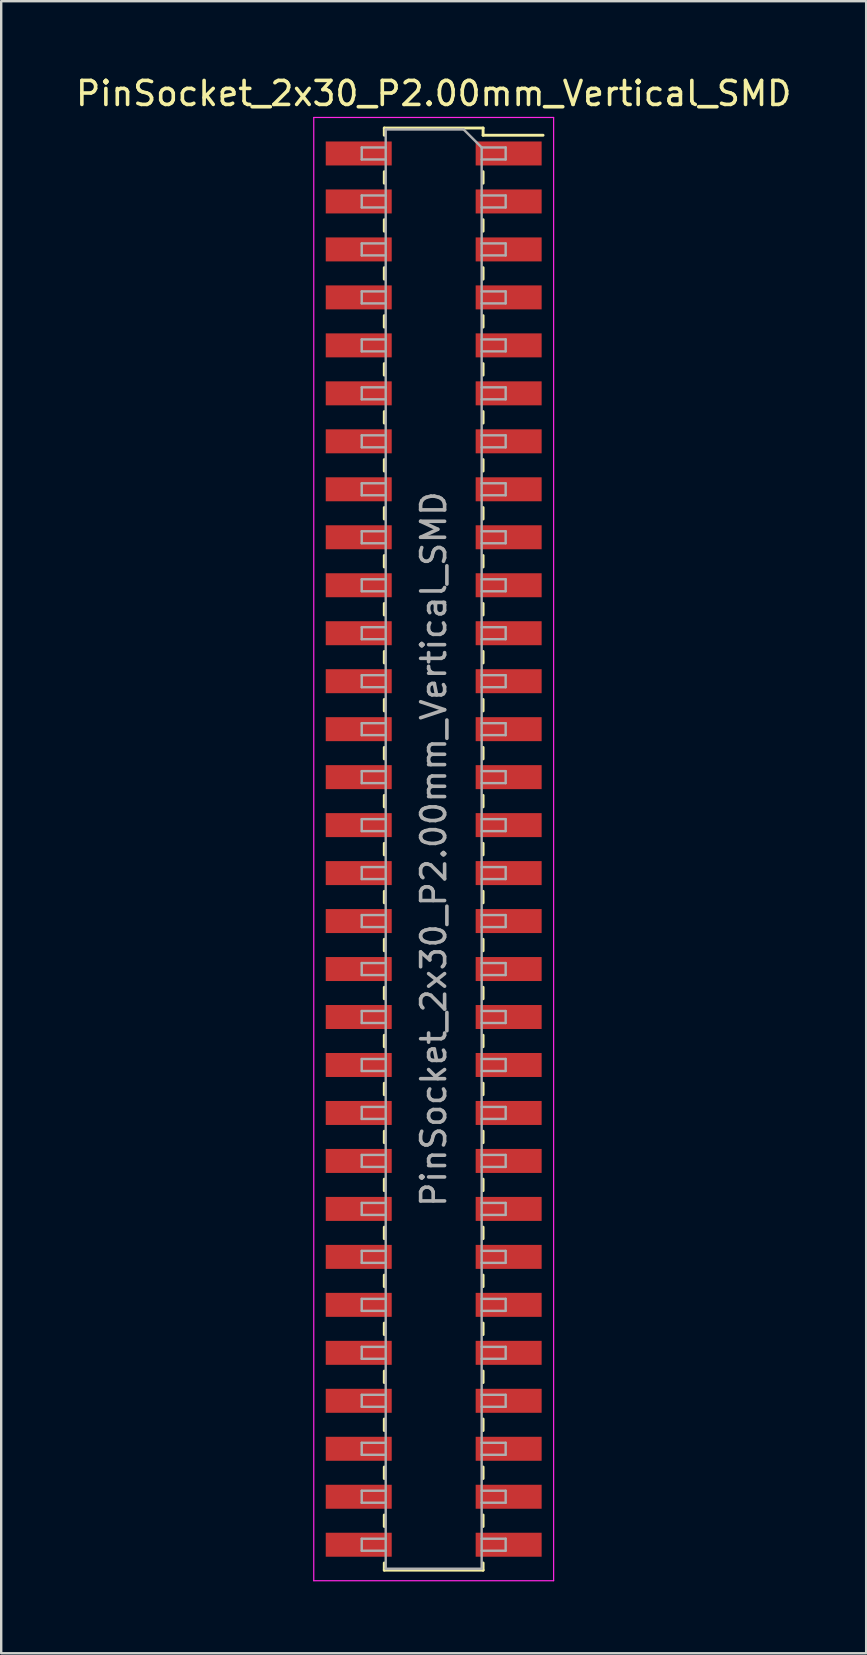
<source format=kicad_pcb>
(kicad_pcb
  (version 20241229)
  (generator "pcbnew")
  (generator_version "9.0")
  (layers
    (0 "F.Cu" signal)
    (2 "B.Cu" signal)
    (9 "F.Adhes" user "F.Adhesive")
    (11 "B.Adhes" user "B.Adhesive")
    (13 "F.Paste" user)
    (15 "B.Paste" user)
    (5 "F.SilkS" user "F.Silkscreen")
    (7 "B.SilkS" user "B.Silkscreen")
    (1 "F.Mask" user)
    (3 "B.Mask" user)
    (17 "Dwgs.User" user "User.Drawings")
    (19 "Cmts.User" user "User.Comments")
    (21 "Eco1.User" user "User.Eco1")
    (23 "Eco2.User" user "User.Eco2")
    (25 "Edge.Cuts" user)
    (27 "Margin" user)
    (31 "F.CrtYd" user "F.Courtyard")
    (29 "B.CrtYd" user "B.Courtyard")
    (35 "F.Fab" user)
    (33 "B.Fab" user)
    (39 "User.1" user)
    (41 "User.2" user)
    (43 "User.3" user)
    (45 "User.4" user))
  (footprint "PinSocket_2x30_P2.00mm_Vertical_SMD"
    (layer "F.Cu")
    (at 15.03 32.348)
    (property "Reference" "PinSocket_2x30_P2.00mm_Vertical_SMD" (at 0 -31.5 0) (layer "F.SilkS") (effects (font (size 1 1) (thickness 0.15))))
    (attr smd)
    (fp_line (start -2.06 -30.06) (end 2.06 -30.06) (stroke (width 0.12) (type solid)) (layer "F.SilkS"))
    (fp_line (start -2.06 -29.76) (end -2.06 -30.06) (stroke (width 0.12) (type solid)) (layer "F.SilkS"))
    (fp_line (start -2.06 -28.24) (end -2.06 -27.76) (stroke (width 0.12) (type solid)) (layer "F.SilkS"))
    (fp_line (start -2.06 -26.24) (end -2.06 -25.76) (stroke (width 0.12) (type solid)) (layer "F.SilkS"))
    (fp_line (start -2.06 -24.24) (end -2.06 -23.76) (stroke (width 0.12) (type solid)) (layer "F.SilkS"))
    (fp_line (start -2.06 -22.24) (end -2.06 -21.76) (stroke (width 0.12) (type solid)) (layer "F.SilkS"))
    (fp_line (start -2.06 -20.24) (end -2.06 -19.76) (stroke (width 0.12) (type solid)) (layer "F.SilkS"))
    (fp_line (start -2.06 -18.24) (end -2.06 -17.76) (stroke (width 0.12) (type solid)) (layer "F.SilkS"))
    (fp_line (start -2.06 -16.24) (end -2.06 -15.76) (stroke (width 0.12) (type solid)) (layer "F.SilkS"))
    (fp_line (start -2.06 -14.24) (end -2.06 -13.76) (stroke (width 0.12) (type solid)) (layer "F.SilkS"))
    (fp_line (start -2.06 -12.24) (end -2.06 -11.76) (stroke (width 0.12) (type solid)) (layer "F.SilkS"))
    (fp_line (start -2.06 -10.24) (end -2.06 -9.76) (stroke (width 0.12) (type solid)) (layer "F.SilkS"))
    (fp_line (start -2.06 -8.24) (end -2.06 -7.76) (stroke (width 0.12) (type solid)) (layer "F.SilkS"))
    (fp_line (start -2.06 -6.24) (end -2.06 -5.76) (stroke (width 0.12) (type solid)) (layer "F.SilkS"))
    (fp_line (start -2.06 -4.24) (end -2.06 -3.76) (stroke (width 0.12) (type solid)) (layer "F.SilkS"))
    (fp_line (start -2.06 -2.24) (end -2.06 -1.76) (stroke (width 0.12) (type solid)) (layer "F.SilkS"))
    (fp_line (start -2.06 -0.24) (end -2.06 0.24) (stroke (width 0.12) (type solid)) (layer "F.SilkS"))
    (fp_line (start -2.06 1.76) (end -2.06 2.24) (stroke (width 0.12) (type solid)) (layer "F.SilkS"))
    (fp_line (start -2.06 3.76) (end -2.06 4.24) (stroke (width 0.12) (type solid)) (layer "F.SilkS"))
    (fp_line (start -2.06 5.76) (end -2.06 6.24) (stroke (width 0.12) (type solid)) (layer "F.SilkS"))
    (fp_line (start -2.06 7.76) (end -2.06 8.24) (stroke (width 0.12) (type solid)) (layer "F.SilkS"))
    (fp_line (start -2.06 9.76) (end -2.06 10.24) (stroke (width 0.12) (type solid)) (layer "F.SilkS"))
    (fp_line (start -2.06 11.76) (end -2.06 12.24) (stroke (width 0.12) (type solid)) (layer "F.SilkS"))
    (fp_line (start -2.06 13.76) (end -2.06 14.24) (stroke (width 0.12) (type solid)) (layer "F.SilkS"))
    (fp_line (start -2.06 15.76) (end -2.06 16.24) (stroke (width 0.12) (type solid)) (layer "F.SilkS"))
    (fp_line (start -2.06 17.76) (end -2.06 18.24) (stroke (width 0.12) (type solid)) (layer "F.SilkS"))
    (fp_line (start -2.06 19.76) (end -2.06 20.24) (stroke (width 0.12) (type solid)) (layer "F.SilkS"))
    (fp_line (start -2.06 21.76) (end -2.06 22.24) (stroke (width 0.12) (type solid)) (layer "F.SilkS"))
    (fp_line (start -2.06 23.76) (end -2.06 24.24) (stroke (width 0.12) (type solid)) (layer "F.SilkS"))
    (fp_line (start -2.06 25.76) (end -2.06 26.24) (stroke (width 0.12) (type solid)) (layer "F.SilkS"))
    (fp_line (start -2.06 27.76) (end -2.06 28.24) (stroke (width 0.12) (type solid)) (layer "F.SilkS"))
    (fp_line (start -2.06 30.06) (end -2.06 29.76) (stroke (width 0.12) (type solid)) (layer "F.SilkS"))
    (fp_line (start 2.06 -30.06) (end 2.06 -29.76) (stroke (width 0.12) (type solid)) (layer "F.SilkS"))
    (fp_line (start 2.06 -29.76) (end 4.56 -29.76) (stroke (width 0.12) (type solid)) (layer "F.SilkS"))
    (fp_line (start 2.06 -27.76) (end 2.06 -28.24) (stroke (width 0.12) (type solid)) (layer "F.SilkS"))
    (fp_line (start 2.06 -25.76) (end 2.06 -26.24) (stroke (width 0.12) (type solid)) (layer "F.SilkS"))
    (fp_line (start 2.06 -23.76) (end 2.06 -24.24) (stroke (width 0.12) (type solid)) (layer "F.SilkS"))
    (fp_line (start 2.06 -21.76) (end 2.06 -22.24) (stroke (width 0.12) (type solid)) (layer "F.SilkS"))
    (fp_line (start 2.06 -19.76) (end 2.06 -20.24) (stroke (width 0.12) (type solid)) (layer "F.SilkS"))
    (fp_line (start 2.06 -17.76) (end 2.06 -18.24) (stroke (width 0.12) (type solid)) (layer "F.SilkS"))
    (fp_line (start 2.06 -15.76) (end 2.06 -16.24) (stroke (width 0.12) (type solid)) (layer "F.SilkS"))
    (fp_line (start 2.06 -13.76) (end 2.06 -14.24) (stroke (width 0.12) (type solid)) (layer "F.SilkS"))
    (fp_line (start 2.06 -11.76) (end 2.06 -12.24) (stroke (width 0.12) (type solid)) (layer "F.SilkS"))
    (fp_line (start 2.06 -9.76) (end 2.06 -10.24) (stroke (width 0.12) (type solid)) (layer "F.SilkS"))
    (fp_line (start 2.06 -7.76) (end 2.06 -8.24) (stroke (width 0.12) (type solid)) (layer "F.SilkS"))
    (fp_line (start 2.06 -5.76) (end 2.06 -6.24) (stroke (width 0.12) (type solid)) (layer "F.SilkS"))
    (fp_line (start 2.06 -3.76) (end 2.06 -4.24) (stroke (width 0.12) (type solid)) (layer "F.SilkS"))
    (fp_line (start 2.06 -1.76) (end 2.06 -2.24) (stroke (width 0.12) (type solid)) (layer "F.SilkS"))
    (fp_line (start 2.06 0.24) (end 2.06 -0.24) (stroke (width 0.12) (type solid)) (layer "F.SilkS"))
    (fp_line (start 2.06 2.24) (end 2.06 1.76) (stroke (width 0.12) (type solid)) (layer "F.SilkS"))
    (fp_line (start 2.06 4.24) (end 2.06 3.76) (stroke (width 0.12) (type solid)) (layer "F.SilkS"))
    (fp_line (start 2.06 6.24) (end 2.06 5.76) (stroke (width 0.12) (type solid)) (layer "F.SilkS"))
    (fp_line (start 2.06 8.24) (end 2.06 7.76) (stroke (width 0.12) (type solid)) (layer "F.SilkS"))
    (fp_line (start 2.06 10.24) (end 2.06 9.76) (stroke (width 0.12) (type solid)) (layer "F.SilkS"))
    (fp_line (start 2.06 12.24) (end 2.06 11.76) (stroke (width 0.12) (type solid)) (layer "F.SilkS"))
    (fp_line (start 2.06 14.24) (end 2.06 13.76) (stroke (width 0.12) (type solid)) (layer "F.SilkS"))
    (fp_line (start 2.06 16.24) (end 2.06 15.76) (stroke (width 0.12) (type solid)) (layer "F.SilkS"))
    (fp_line (start 2.06 18.24) (end 2.06 17.76) (stroke (width 0.12) (type solid)) (layer "F.SilkS"))
    (fp_line (start 2.06 20.24) (end 2.06 19.76) (stroke (width 0.12) (type solid)) (layer "F.SilkS"))
    (fp_line (start 2.06 22.24) (end 2.06 21.76) (stroke (width 0.12) (type solid)) (layer "F.SilkS"))
    (fp_line (start 2.06 24.24) (end 2.06 23.76) (stroke (width 0.12) (type solid)) (layer "F.SilkS"))
    (fp_line (start 2.06 26.24) (end 2.06 25.76) (stroke (width 0.12) (type solid)) (layer "F.SilkS"))
    (fp_line (start 2.06 28.24) (end 2.06 27.76) (stroke (width 0.12) (type solid)) (layer "F.SilkS"))
    (fp_line (start 2.06 29.76) (end 2.06 30.06) (stroke (width 0.12) (type solid)) (layer "F.SilkS"))
    (fp_line (start 2.06 30.06) (end -2.06 30.06) (stroke (width 0.12) (type solid)) (layer "F.SilkS"))
    (fp_line (start -5 -30.5) (end 5 -30.5) (stroke (width 0.05) (type solid)) (layer "F.CrtYd"))
    (fp_line (start -5 30.5) (end -5 -30.5) (stroke (width 0.05) (type solid)) (layer "F.CrtYd"))
    (fp_line (start 5 -30.5) (end 5 30.5) (stroke (width 0.05) (type solid)) (layer "F.CrtYd"))
    (fp_line (start 5 30.5) (end -5 30.5) (stroke (width 0.05) (type solid)) (layer "F.CrtYd"))
    (fp_line (start -3 -29.25) (end -2 -29.25) (stroke (width 0.1) (type solid)) (layer "F.Fab"))
    (fp_line (start -3 -28.75) (end -3 -29.25) (stroke (width 0.1) (type solid)) (layer "F.Fab"))
    (fp_line (start -3 -27.25) (end -2 -27.25) (stroke (width 0.1) (type solid)) (layer "F.Fab"))
    (fp_line (start -3 -26.75) (end -3 -27.25) (stroke (width 0.1) (type solid)) (layer "F.Fab"))
    (fp_line (start -3 -25.25) (end -2 -25.25) (stroke (width 0.1) (type solid)) (layer "F.Fab"))
    (fp_line (start -3 -24.75) (end -3 -25.25) (stroke (width 0.1) (type solid)) (layer "F.Fab"))
    (fp_line (start -3 -23.25) (end -2 -23.25) (stroke (width 0.1) (type solid)) (layer "F.Fab"))
    (fp_line (start -3 -22.75) (end -3 -23.25) (stroke (width 0.1) (type solid)) (layer "F.Fab"))
    (fp_line (start -3 -21.25) (end -2 -21.25) (stroke (width 0.1) (type solid)) (layer "F.Fab"))
    (fp_line (start -3 -20.75) (end -3 -21.25) (stroke (width 0.1) (type solid)) (layer "F.Fab"))
    (fp_line (start -3 -19.25) (end -2 -19.25) (stroke (width 0.1) (type solid)) (layer "F.Fab"))
    (fp_line (start -3 -18.75) (end -3 -19.25) (stroke (width 0.1) (type solid)) (layer "F.Fab"))
    (fp_line (start -3 -17.25) (end -2 -17.25) (stroke (width 0.1) (type solid)) (layer "F.Fab"))
    (fp_line (start -3 -16.75) (end -3 -17.25) (stroke (width 0.1) (type solid)) (layer "F.Fab"))
    (fp_line (start -3 -15.25) (end -2 -15.25) (stroke (width 0.1) (type solid)) (layer "F.Fab"))
    (fp_line (start -3 -14.75) (end -3 -15.25) (stroke (width 0.1) (type solid)) (layer "F.Fab"))
    (fp_line (start -3 -13.25) (end -2 -13.25) (stroke (width 0.1) (type solid)) (layer "F.Fab"))
    (fp_line (start -3 -12.75) (end -3 -13.25) (stroke (width 0.1) (type solid)) (layer "F.Fab"))
    (fp_line (start -3 -11.25) (end -2 -11.25) (stroke (width 0.1) (type solid)) (layer "F.Fab"))
    (fp_line (start -3 -10.75) (end -3 -11.25) (stroke (width 0.1) (type solid)) (layer "F.Fab"))
    (fp_line (start -3 -9.25) (end -2 -9.25) (stroke (width 0.1) (type solid)) (layer "F.Fab"))
    (fp_line (start -3 -8.75) (end -3 -9.25) (stroke (width 0.1) (type solid)) (layer "F.Fab"))
    (fp_line (start -3 -7.25) (end -2 -7.25) (stroke (width 0.1) (type solid)) (layer "F.Fab"))
    (fp_line (start -3 -6.75) (end -3 -7.25) (stroke (width 0.1) (type solid)) (layer "F.Fab"))
    (fp_line (start -3 -5.25) (end -2 -5.25) (stroke (width 0.1) (type solid)) (layer "F.Fab"))
    (fp_line (start -3 -4.75) (end -3 -5.25) (stroke (width 0.1) (type solid)) (layer "F.Fab"))
    (fp_line (start -3 -3.25) (end -2 -3.25) (stroke (width 0.1) (type solid)) (layer "F.Fab"))
    (fp_line (start -3 -2.75) (end -3 -3.25) (stroke (width 0.1) (type solid)) (layer "F.Fab"))
    (fp_line (start -3 -1.25) (end -2 -1.25) (stroke (width 0.1) (type solid)) (layer "F.Fab"))
    (fp_line (start -3 -0.75) (end -3 -1.25) (stroke (width 0.1) (type solid)) (layer "F.Fab"))
    (fp_line (start -3 0.75) (end -2 0.75) (stroke (width 0.1) (type solid)) (layer "F.Fab"))
    (fp_line (start -3 1.25) (end -3 0.75) (stroke (width 0.1) (type solid)) (layer "F.Fab"))
    (fp_line (start -3 2.75) (end -2 2.75) (stroke (width 0.1) (type solid)) (layer "F.Fab"))
    (fp_line (start -3 3.25) (end -3 2.75) (stroke (width 0.1) (type solid)) (layer "F.Fab"))
    (fp_line (start -3 4.75) (end -2 4.75) (stroke (width 0.1) (type solid)) (layer "F.Fab"))
    (fp_line (start -3 5.25) (end -3 4.75) (stroke (width 0.1) (type solid)) (layer "F.Fab"))
    (fp_line (start -3 6.75) (end -2 6.75) (stroke (width 0.1) (type solid)) (layer "F.Fab"))
    (fp_line (start -3 7.25) (end -3 6.75) (stroke (width 0.1) (type solid)) (layer "F.Fab"))
    (fp_line (start -3 8.75) (end -2 8.75) (stroke (width 0.1) (type solid)) (layer "F.Fab"))
    (fp_line (start -3 9.25) (end -3 8.75) (stroke (width 0.1) (type solid)) (layer "F.Fab"))
    (fp_line (start -3 10.75) (end -2 10.75) (stroke (width 0.1) (type solid)) (layer "F.Fab"))
    (fp_line (start -3 11.25) (end -3 10.75) (stroke (width 0.1) (type solid)) (layer "F.Fab"))
    (fp_line (start -3 12.75) (end -2 12.75) (stroke (width 0.1) (type solid)) (layer "F.Fab"))
    (fp_line (start -3 13.25) (end -3 12.75) (stroke (width 0.1) (type solid)) (layer "F.Fab"))
    (fp_line (start -3 14.75) (end -2 14.75) (stroke (width 0.1) (type solid)) (layer "F.Fab"))
    (fp_line (start -3 15.25) (end -3 14.75) (stroke (width 0.1) (type solid)) (layer "F.Fab"))
    (fp_line (start -3 16.75) (end -2 16.75) (stroke (width 0.1) (type solid)) (layer "F.Fab"))
    (fp_line (start -3 17.25) (end -3 16.75) (stroke (width 0.1) (type solid)) (layer "F.Fab"))
    (fp_line (start -3 18.75) (end -2 18.75) (stroke (width 0.1) (type solid)) (layer "F.Fab"))
    (fp_line (start -3 19.25) (end -3 18.75) (stroke (width 0.1) (type solid)) (layer "F.Fab"))
    (fp_line (start -3 20.75) (end -2 20.75) (stroke (width 0.1) (type solid)) (layer "F.Fab"))
    (fp_line (start -3 21.25) (end -3 20.75) (stroke (width 0.1) (type solid)) (layer "F.Fab"))
    (fp_line (start -3 22.75) (end -2 22.75) (stroke (width 0.1) (type solid)) (layer "F.Fab"))
    (fp_line (start -3 23.25) (end -3 22.75) (stroke (width 0.1) (type solid)) (layer "F.Fab"))
    (fp_line (start -3 24.75) (end -2 24.75) (stroke (width 0.1) (type solid)) (layer "F.Fab"))
    (fp_line (start -3 25.25) (end -3 24.75) (stroke (width 0.1) (type solid)) (layer "F.Fab"))
    (fp_line (start -3 26.75) (end -2 26.75) (stroke (width 0.1) (type solid)) (layer "F.Fab"))
    (fp_line (start -3 27.25) (end -3 26.75) (stroke (width 0.1) (type solid)) (layer "F.Fab"))
    (fp_line (start -3 28.75) (end -2 28.75) (stroke (width 0.1) (type solid)) (layer "F.Fab"))
    (fp_line (start -3 29.25) (end -3 28.75) (stroke (width 0.1) (type solid)) (layer "F.Fab"))
    (fp_line (start -2 -30) (end 1.25 -30) (stroke (width 0.1) (type solid)) (layer "F.Fab"))
    (fp_line (start -2 -28.75) (end -3 -28.75) (stroke (width 0.1) (type solid)) (layer "F.Fab"))
    (fp_line (start -2 -26.75) (end -3 -26.75) (stroke (width 0.1) (type solid)) (layer "F.Fab"))
    (fp_line (start -2 -24.75) (end -3 -24.75) (stroke (width 0.1) (type solid)) (layer "F.Fab"))
    (fp_line (start -2 -22.75) (end -3 -22.75) (stroke (width 0.1) (type solid)) (layer "F.Fab"))
    (fp_line (start -2 -20.75) (end -3 -20.75) (stroke (width 0.1) (type solid)) (layer "F.Fab"))
    (fp_line (start -2 -18.75) (end -3 -18.75) (stroke (width 0.1) (type solid)) (layer "F.Fab"))
    (fp_line (start -2 -16.75) (end -3 -16.75) (stroke (width 0.1) (type solid)) (layer "F.Fab"))
    (fp_line (start -2 -14.75) (end -3 -14.75) (stroke (width 0.1) (type solid)) (layer "F.Fab"))
    (fp_line (start -2 -12.75) (end -3 -12.75) (stroke (width 0.1) (type solid)) (layer "F.Fab"))
    (fp_line (start -2 -10.75) (end -3 -10.75) (stroke (width 0.1) (type solid)) (layer "F.Fab"))
    (fp_line (start -2 -8.75) (end -3 -8.75) (stroke (width 0.1) (type solid)) (layer "F.Fab"))
    (fp_line (start -2 -6.75) (end -3 -6.75) (stroke (width 0.1) (type solid)) (layer "F.Fab"))
    (fp_line (start -2 -4.75) (end -3 -4.75) (stroke (width 0.1) (type solid)) (layer "F.Fab"))
    (fp_line (start -2 -2.75) (end -3 -2.75) (stroke (width 0.1) (type solid)) (layer "F.Fab"))
    (fp_line (start -2 -0.75) (end -3 -0.75) (stroke (width 0.1) (type solid)) (layer "F.Fab"))
    (fp_line (start -2 1.25) (end -3 1.25) (stroke (width 0.1) (type solid)) (layer "F.Fab"))
    (fp_line (start -2 3.25) (end -3 3.25) (stroke (width 0.1) (type solid)) (layer "F.Fab"))
    (fp_line (start -2 5.25) (end -3 5.25) (stroke (width 0.1) (type solid)) (layer "F.Fab"))
    (fp_line (start -2 7.25) (end -3 7.25) (stroke (width 0.1) (type solid)) (layer "F.Fab"))
    (fp_line (start -2 9.25) (end -3 9.25) (stroke (width 0.1) (type solid)) (layer "F.Fab"))
    (fp_line (start -2 11.25) (end -3 11.25) (stroke (width 0.1) (type solid)) (layer "F.Fab"))
    (fp_line (start -2 13.25) (end -3 13.25) (stroke (width 0.1) (type solid)) (layer "F.Fab"))
    (fp_line (start -2 15.25) (end -3 15.25) (stroke (width 0.1) (type solid)) (layer "F.Fab"))
    (fp_line (start -2 17.25) (end -3 17.25) (stroke (width 0.1) (type solid)) (layer "F.Fab"))
    (fp_line (start -2 19.25) (end -3 19.25) (stroke (width 0.1) (type solid)) (layer "F.Fab"))
    (fp_line (start -2 21.25) (end -3 21.25) (stroke (width 0.1) (type solid)) (layer "F.Fab"))
    (fp_line (start -2 23.25) (end -3 23.25) (stroke (width 0.1) (type solid)) (layer "F.Fab"))
    (fp_line (start -2 25.25) (end -3 25.25) (stroke (width 0.1) (type solid)) (layer "F.Fab"))
    (fp_line (start -2 27.25) (end -3 27.25) (stroke (width 0.1) (type solid)) (layer "F.Fab"))
    (fp_line (start -2 29.25) (end -3 29.25) (stroke (width 0.1) (type solid)) (layer "F.Fab"))
    (fp_line (start -2 30) (end -2 -30) (stroke (width 0.1) (type solid)) (layer "F.Fab"))
    (fp_line (start 1.25 -30) (end 2 -29.25) (stroke (width 0.1) (type solid)) (layer "F.Fab"))
    (fp_line (start 2 -29.25) (end 2 30) (stroke (width 0.1) (type solid)) (layer "F.Fab"))
    (fp_line (start 2 -29.25) (end 3 -29.25) (stroke (width 0.1) (type solid)) (layer "F.Fab"))
    (fp_line (start 2 -27.25) (end 3 -27.25) (stroke (width 0.1) (type solid)) (layer "F.Fab"))
    (fp_line (start 2 -25.25) (end 3 -25.25) (stroke (width 0.1) (type solid)) (layer "F.Fab"))
    (fp_line (start 2 -23.25) (end 3 -23.25) (stroke (width 0.1) (type solid)) (layer "F.Fab"))
    (fp_line (start 2 -21.25) (end 3 -21.25) (stroke (width 0.1) (type solid)) (layer "F.Fab"))
    (fp_line (start 2 -19.25) (end 3 -19.25) (stroke (width 0.1) (type solid)) (layer "F.Fab"))
    (fp_line (start 2 -17.25) (end 3 -17.25) (stroke (width 0.1) (type solid)) (layer "F.Fab"))
    (fp_line (start 2 -15.25) (end 3 -15.25) (stroke (width 0.1) (type solid)) (layer "F.Fab"))
    (fp_line (start 2 -13.25) (end 3 -13.25) (stroke (width 0.1) (type solid)) (layer "F.Fab"))
    (fp_line (start 2 -11.25) (end 3 -11.25) (stroke (width 0.1) (type solid)) (layer "F.Fab"))
    (fp_line (start 2 -9.25) (end 3 -9.25) (stroke (width 0.1) (type solid)) (layer "F.Fab"))
    (fp_line (start 2 -7.25) (end 3 -7.25) (stroke (width 0.1) (type solid)) (layer "F.Fab"))
    (fp_line (start 2 -5.25) (end 3 -5.25) (stroke (width 0.1) (type solid)) (layer "F.Fab"))
    (fp_line (start 2 -3.25) (end 3 -3.25) (stroke (width 0.1) (type solid)) (layer "F.Fab"))
    (fp_line (start 2 -1.25) (end 3 -1.25) (stroke (width 0.1) (type solid)) (layer "F.Fab"))
    (fp_line (start 2 0.75) (end 3 0.75) (stroke (width 0.1) (type solid)) (layer "F.Fab"))
    (fp_line (start 2 2.75) (end 3 2.75) (stroke (width 0.1) (type solid)) (layer "F.Fab"))
    (fp_line (start 2 4.75) (end 3 4.75) (stroke (width 0.1) (type solid)) (layer "F.Fab"))
    (fp_line (start 2 6.75) (end 3 6.75) (stroke (width 0.1) (type solid)) (layer "F.Fab"))
    (fp_line (start 2 8.75) (end 3 8.75) (stroke (width 0.1) (type solid)) (layer "F.Fab"))
    (fp_line (start 2 10.75) (end 3 10.75) (stroke (width 0.1) (type solid)) (layer "F.Fab"))
    (fp_line (start 2 12.75) (end 3 12.75) (stroke (width 0.1) (type solid)) (layer "F.Fab"))
    (fp_line (start 2 14.75) (end 3 14.75) (stroke (width 0.1) (type solid)) (layer "F.Fab"))
    (fp_line (start 2 16.75) (end 3 16.75) (stroke (width 0.1) (type solid)) (layer "F.Fab"))
    (fp_line (start 2 18.75) (end 3 18.75) (stroke (width 0.1) (type solid)) (layer "F.Fab"))
    (fp_line (start 2 20.75) (end 3 20.75) (stroke (width 0.1) (type solid)) (layer "F.Fab"))
    (fp_line (start 2 22.75) (end 3 22.75) (stroke (width 0.1) (type solid)) (layer "F.Fab"))
    (fp_line (start 2 24.75) (end 3 24.75) (stroke (width 0.1) (type solid)) (layer "F.Fab"))
    (fp_line (start 2 26.75) (end 3 26.75) (stroke (width 0.1) (type solid)) (layer "F.Fab"))
    (fp_line (start 2 28.75) (end 3 28.75) (stroke (width 0.1) (type solid)) (layer "F.Fab"))
    (fp_line (start 2 30) (end -2 30) (stroke (width 0.1) (type solid)) (layer "F.Fab"))
    (fp_line (start 3 -29.25) (end 3 -28.75) (stroke (width 0.1) (type solid)) (layer "F.Fab"))
    (fp_line (start 3 -28.75) (end 2 -28.75) (stroke (width 0.1) (type solid)) (layer "F.Fab"))
    (fp_line (start 3 -27.25) (end 3 -26.75) (stroke (width 0.1) (type solid)) (layer "F.Fab"))
    (fp_line (start 3 -26.75) (end 2 -26.75) (stroke (width 0.1) (type solid)) (layer "F.Fab"))
    (fp_line (start 3 -25.25) (end 3 -24.75) (stroke (width 0.1) (type solid)) (layer "F.Fab"))
    (fp_line (start 3 -24.75) (end 2 -24.75) (stroke (width 0.1) (type solid)) (layer "F.Fab"))
    (fp_line (start 3 -23.25) (end 3 -22.75) (stroke (width 0.1) (type solid)) (layer "F.Fab"))
    (fp_line (start 3 -22.75) (end 2 -22.75) (stroke (width 0.1) (type solid)) (layer "F.Fab"))
    (fp_line (start 3 -21.25) (end 3 -20.75) (stroke (width 0.1) (type solid)) (layer "F.Fab"))
    (fp_line (start 3 -20.75) (end 2 -20.75) (stroke (width 0.1) (type solid)) (layer "F.Fab"))
    (fp_line (start 3 -19.25) (end 3 -18.75) (stroke (width 0.1) (type solid)) (layer "F.Fab"))
    (fp_line (start 3 -18.75) (end 2 -18.75) (stroke (width 0.1) (type solid)) (layer "F.Fab"))
    (fp_line (start 3 -17.25) (end 3 -16.75) (stroke (width 0.1) (type solid)) (layer "F.Fab"))
    (fp_line (start 3 -16.75) (end 2 -16.75) (stroke (width 0.1) (type solid)) (layer "F.Fab"))
    (fp_line (start 3 -15.25) (end 3 -14.75) (stroke (width 0.1) (type solid)) (layer "F.Fab"))
    (fp_line (start 3 -14.75) (end 2 -14.75) (stroke (width 0.1) (type solid)) (layer "F.Fab"))
    (fp_line (start 3 -13.25) (end 3 -12.75) (stroke (width 0.1) (type solid)) (layer "F.Fab"))
    (fp_line (start 3 -12.75) (end 2 -12.75) (stroke (width 0.1) (type solid)) (layer "F.Fab"))
    (fp_line (start 3 -11.25) (end 3 -10.75) (stroke (width 0.1) (type solid)) (layer "F.Fab"))
    (fp_line (start 3 -10.75) (end 2 -10.75) (stroke (width 0.1) (type solid)) (layer "F.Fab"))
    (fp_line (start 3 -9.25) (end 3 -8.75) (stroke (width 0.1) (type solid)) (layer "F.Fab"))
    (fp_line (start 3 -8.75) (end 2 -8.75) (stroke (width 0.1) (type solid)) (layer "F.Fab"))
    (fp_line (start 3 -7.25) (end 3 -6.75) (stroke (width 0.1) (type solid)) (layer "F.Fab"))
    (fp_line (start 3 -6.75) (end 2 -6.75) (stroke (width 0.1) (type solid)) (layer "F.Fab"))
    (fp_line (start 3 -5.25) (end 3 -4.75) (stroke (width 0.1) (type solid)) (layer "F.Fab"))
    (fp_line (start 3 -4.75) (end 2 -4.75) (stroke (width 0.1) (type solid)) (layer "F.Fab"))
    (fp_line (start 3 -3.25) (end 3 -2.75) (stroke (width 0.1) (type solid)) (layer "F.Fab"))
    (fp_line (start 3 -2.75) (end 2 -2.75) (stroke (width 0.1) (type solid)) (layer "F.Fab"))
    (fp_line (start 3 -1.25) (end 3 -0.75) (stroke (width 0.1) (type solid)) (layer "F.Fab"))
    (fp_line (start 3 -0.75) (end 2 -0.75) (stroke (width 0.1) (type solid)) (layer "F.Fab"))
    (fp_line (start 3 0.75) (end 3 1.25) (stroke (width 0.1) (type solid)) (layer "F.Fab"))
    (fp_line (start 3 1.25) (end 2 1.25) (stroke (width 0.1) (type solid)) (layer "F.Fab"))
    (fp_line (start 3 2.75) (end 3 3.25) (stroke (width 0.1) (type solid)) (layer "F.Fab"))
    (fp_line (start 3 3.25) (end 2 3.25) (stroke (width 0.1) (type solid)) (layer "F.Fab"))
    (fp_line (start 3 4.75) (end 3 5.25) (stroke (width 0.1) (type solid)) (layer "F.Fab"))
    (fp_line (start 3 5.25) (end 2 5.25) (stroke (width 0.1) (type solid)) (layer "F.Fab"))
    (fp_line (start 3 6.75) (end 3 7.25) (stroke (width 0.1) (type solid)) (layer "F.Fab"))
    (fp_line (start 3 7.25) (end 2 7.25) (stroke (width 0.1) (type solid)) (layer "F.Fab"))
    (fp_line (start 3 8.75) (end 3 9.25) (stroke (width 0.1) (type solid)) (layer "F.Fab"))
    (fp_line (start 3 9.25) (end 2 9.25) (stroke (width 0.1) (type solid)) (layer "F.Fab"))
    (fp_line (start 3 10.75) (end 3 11.25) (stroke (width 0.1) (type solid)) (layer "F.Fab"))
    (fp_line (start 3 11.25) (end 2 11.25) (stroke (width 0.1) (type solid)) (layer "F.Fab"))
    (fp_line (start 3 12.75) (end 3 13.25) (stroke (width 0.1) (type solid)) (layer "F.Fab"))
    (fp_line (start 3 13.25) (end 2 13.25) (stroke (width 0.1) (type solid)) (layer "F.Fab"))
    (fp_line (start 3 14.75) (end 3 15.25) (stroke (width 0.1) (type solid)) (layer "F.Fab"))
    (fp_line (start 3 15.25) (end 2 15.25) (stroke (width 0.1) (type solid)) (layer "F.Fab"))
    (fp_line (start 3 16.75) (end 3 17.25) (stroke (width 0.1) (type solid)) (layer "F.Fab"))
    (fp_line (start 3 17.25) (end 2 17.25) (stroke (width 0.1) (type solid)) (layer "F.Fab"))
    (fp_line (start 3 18.75) (end 3 19.25) (stroke (width 0.1) (type solid)) (layer "F.Fab"))
    (fp_line (start 3 19.25) (end 2 19.25) (stroke (width 0.1) (type solid)) (layer "F.Fab"))
    (fp_line (start 3 20.75) (end 3 21.25) (stroke (width 0.1) (type solid)) (layer "F.Fab"))
    (fp_line (start 3 21.25) (end 2 21.25) (stroke (width 0.1) (type solid)) (layer "F.Fab"))
    (fp_line (start 3 22.75) (end 3 23.25) (stroke (width 0.1) (type solid)) (layer "F.Fab"))
    (fp_line (start 3 23.25) (end 2 23.25) (stroke (width 0.1) (type solid)) (layer "F.Fab"))
    (fp_line (start 3 24.75) (end 3 25.25) (stroke (width 0.1) (type solid)) (layer "F.Fab"))
    (fp_line (start 3 25.25) (end 2 25.25) (stroke (width 0.1) (type solid)) (layer "F.Fab"))
    (fp_line (start 3 26.75) (end 3 27.25) (stroke (width 0.1) (type solid)) (layer "F.Fab"))
    (fp_line (start 3 27.25) (end 2 27.25) (stroke (width 0.1) (type solid)) (layer "F.Fab"))
    (fp_line (start 3 28.75) (end 3 29.25) (stroke (width 0.1) (type solid)) (layer "F.Fab"))
    (fp_line (start 3 29.25) (end 2 29.25) (stroke (width 0.1) (type solid)) (layer "F.Fab"))
    (fp_text user "${REFERENCE}" (at 0 0 90) (layer "F.Fab") (effects (font (size 1 1) (thickness 0.15))))
    (pad "1" smd rect (at 3.125 -29) (size 2.75 1) (layers "F.Cu" "F.Mask" "F.Paste"))
    (pad "2" smd rect (at -3.125 -29) (size 2.75 1) (layers "F.Cu" "F.Mask" "F.Paste"))
    (pad "3" smd rect (at 3.125 -27) (size 2.75 1) (layers "F.Cu" "F.Mask" "F.Paste"))
    (pad "4" smd rect (at -3.125 -27) (size 2.75 1) (layers "F.Cu" "F.Mask" "F.Paste"))
    (pad "5" smd rect (at 3.125 -25) (size 2.75 1) (layers "F.Cu" "F.Mask" "F.Paste"))
    (pad "6" smd rect (at -3.125 -25) (size 2.75 1) (layers "F.Cu" "F.Mask" "F.Paste"))
    (pad "7" smd rect (at 3.125 -23) (size 2.75 1) (layers "F.Cu" "F.Mask" "F.Paste"))
    (pad "8" smd rect (at -3.125 -23) (size 2.75 1) (layers "F.Cu" "F.Mask" "F.Paste"))
    (pad "9" smd rect (at 3.125 -21) (size 2.75 1) (layers "F.Cu" "F.Mask" "F.Paste"))
    (pad "10" smd rect (at -3.125 -21) (size 2.75 1) (layers "F.Cu" "F.Mask" "F.Paste"))
    (pad "11" smd rect (at 3.125 -19) (size 2.75 1) (layers "F.Cu" "F.Mask" "F.Paste"))
    (pad "12" smd rect (at -3.125 -19) (size 2.75 1) (layers "F.Cu" "F.Mask" "F.Paste"))
    (pad "13" smd rect (at 3.125 -17) (size 2.75 1) (layers "F.Cu" "F.Mask" "F.Paste"))
    (pad "14" smd rect (at -3.125 -17) (size 2.75 1) (layers "F.Cu" "F.Mask" "F.Paste"))
    (pad "15" smd rect (at 3.125 -15) (size 2.75 1) (layers "F.Cu" "F.Mask" "F.Paste"))
    (pad "16" smd rect (at -3.125 -15) (size 2.75 1) (layers "F.Cu" "F.Mask" "F.Paste"))
    (pad "17" smd rect (at 3.125 -13) (size 2.75 1) (layers "F.Cu" "F.Mask" "F.Paste"))
    (pad "18" smd rect (at -3.125 -13) (size 2.75 1) (layers "F.Cu" "F.Mask" "F.Paste"))
    (pad "19" smd rect (at 3.125 -11) (size 2.75 1) (layers "F.Cu" "F.Mask" "F.Paste"))
    (pad "20" smd rect (at -3.125 -11) (size 2.75 1) (layers "F.Cu" "F.Mask" "F.Paste"))
    (pad "21" smd rect (at 3.125 -9) (size 2.75 1) (layers "F.Cu" "F.Mask" "F.Paste"))
    (pad "22" smd rect (at -3.125 -9) (size 2.75 1) (layers "F.Cu" "F.Mask" "F.Paste"))
    (pad "23" smd rect (at 3.125 -7) (size 2.75 1) (layers "F.Cu" "F.Mask" "F.Paste"))
    (pad "24" smd rect (at -3.125 -7) (size 2.75 1) (layers "F.Cu" "F.Mask" "F.Paste"))
    (pad "25" smd rect (at 3.125 -5) (size 2.75 1) (layers "F.Cu" "F.Mask" "F.Paste"))
    (pad "26" smd rect (at -3.125 -5) (size 2.75 1) (layers "F.Cu" "F.Mask" "F.Paste"))
    (pad "27" smd rect (at 3.125 -3) (size 2.75 1) (layers "F.Cu" "F.Mask" "F.Paste"))
    (pad "28" smd rect (at -3.125 -3) (size 2.75 1) (layers "F.Cu" "F.Mask" "F.Paste"))
    (pad "29" smd rect (at 3.125 -1) (size 2.75 1) (layers "F.Cu" "F.Mask" "F.Paste"))
    (pad "30" smd rect (at -3.125 -1) (size 2.75 1) (layers "F.Cu" "F.Mask" "F.Paste"))
    (pad "31" smd rect (at 3.125 1) (size 2.75 1) (layers "F.Cu" "F.Mask" "F.Paste"))
    (pad "32" smd rect (at -3.125 1) (size 2.75 1) (layers "F.Cu" "F.Mask" "F.Paste"))
    (pad "33" smd rect (at 3.125 3) (size 2.75 1) (layers "F.Cu" "F.Mask" "F.Paste"))
    (pad "34" smd rect (at -3.125 3) (size 2.75 1) (layers "F.Cu" "F.Mask" "F.Paste"))
    (pad "35" smd rect (at 3.125 5) (size 2.75 1) (layers "F.Cu" "F.Mask" "F.Paste"))
    (pad "36" smd rect (at -3.125 5) (size 2.75 1) (layers "F.Cu" "F.Mask" "F.Paste"))
    (pad "37" smd rect (at 3.125 7) (size 2.75 1) (layers "F.Cu" "F.Mask" "F.Paste"))
    (pad "38" smd rect (at -3.125 7) (size 2.75 1) (layers "F.Cu" "F.Mask" "F.Paste"))
    (pad "39" smd rect (at 3.125 9) (size 2.75 1) (layers "F.Cu" "F.Mask" "F.Paste"))
    (pad "40" smd rect (at -3.125 9) (size 2.75 1) (layers "F.Cu" "F.Mask" "F.Paste"))
    (pad "41" smd rect (at 3.125 11) (size 2.75 1) (layers "F.Cu" "F.Mask" "F.Paste"))
    (pad "42" smd rect (at -3.125 11) (size 2.75 1) (layers "F.Cu" "F.Mask" "F.Paste"))
    (pad "43" smd rect (at 3.125 13) (size 2.75 1) (layers "F.Cu" "F.Mask" "F.Paste"))
    (pad "44" smd rect (at -3.125 13) (size 2.75 1) (layers "F.Cu" "F.Mask" "F.Paste"))
    (pad "45" smd rect (at 3.125 15) (size 2.75 1) (layers "F.Cu" "F.Mask" "F.Paste"))
    (pad "46" smd rect (at -3.125 15) (size 2.75 1) (layers "F.Cu" "F.Mask" "F.Paste"))
    (pad "47" smd rect (at 3.125 17) (size 2.75 1) (layers "F.Cu" "F.Mask" "F.Paste"))
    (pad "48" smd rect (at -3.125 17) (size 2.75 1) (layers "F.Cu" "F.Mask" "F.Paste"))
    (pad "49" smd rect (at 3.125 19) (size 2.75 1) (layers "F.Cu" "F.Mask" "F.Paste"))
    (pad "50" smd rect (at -3.125 19) (size 2.75 1) (layers "F.Cu" "F.Mask" "F.Paste"))
    (pad "51" smd rect (at 3.125 21) (size 2.75 1) (layers "F.Cu" "F.Mask" "F.Paste"))
    (pad "52" smd rect (at -3.125 21) (size 2.75 1) (layers "F.Cu" "F.Mask" "F.Paste"))
    (pad "53" smd rect (at 3.125 23) (size 2.75 1) (layers "F.Cu" "F.Mask" "F.Paste"))
    (pad "54" smd rect (at -3.125 23) (size 2.75 1) (layers "F.Cu" "F.Mask" "F.Paste"))
    (pad "55" smd rect (at 3.125 25) (size 2.75 1) (layers "F.Cu" "F.Mask" "F.Paste"))
    (pad "56" smd rect (at -3.125 25) (size 2.75 1) (layers "F.Cu" "F.Mask" "F.Paste"))
    (pad "57" smd rect (at 3.125 27) (size 2.75 1) (layers "F.Cu" "F.Mask" "F.Paste"))
    (pad "58" smd rect (at -3.125 27) (size 2.75 1) (layers "F.Cu" "F.Mask" "F.Paste"))
    (pad "59" smd rect (at 3.125 29) (size 2.75 1) (layers "F.Cu" "F.Mask" "F.Paste"))
    (pad "60" smd rect (at -3.125 29) (size 2.75 1) (layers "F.Cu" "F.Mask" "F.Paste")))
  (gr_rect
    (start -3 -3)
    (end 33.06 65.873)
    (stroke (width 0.1) (type default))
    (fill no)
    (layer "Edge.Cuts")))
</source>
